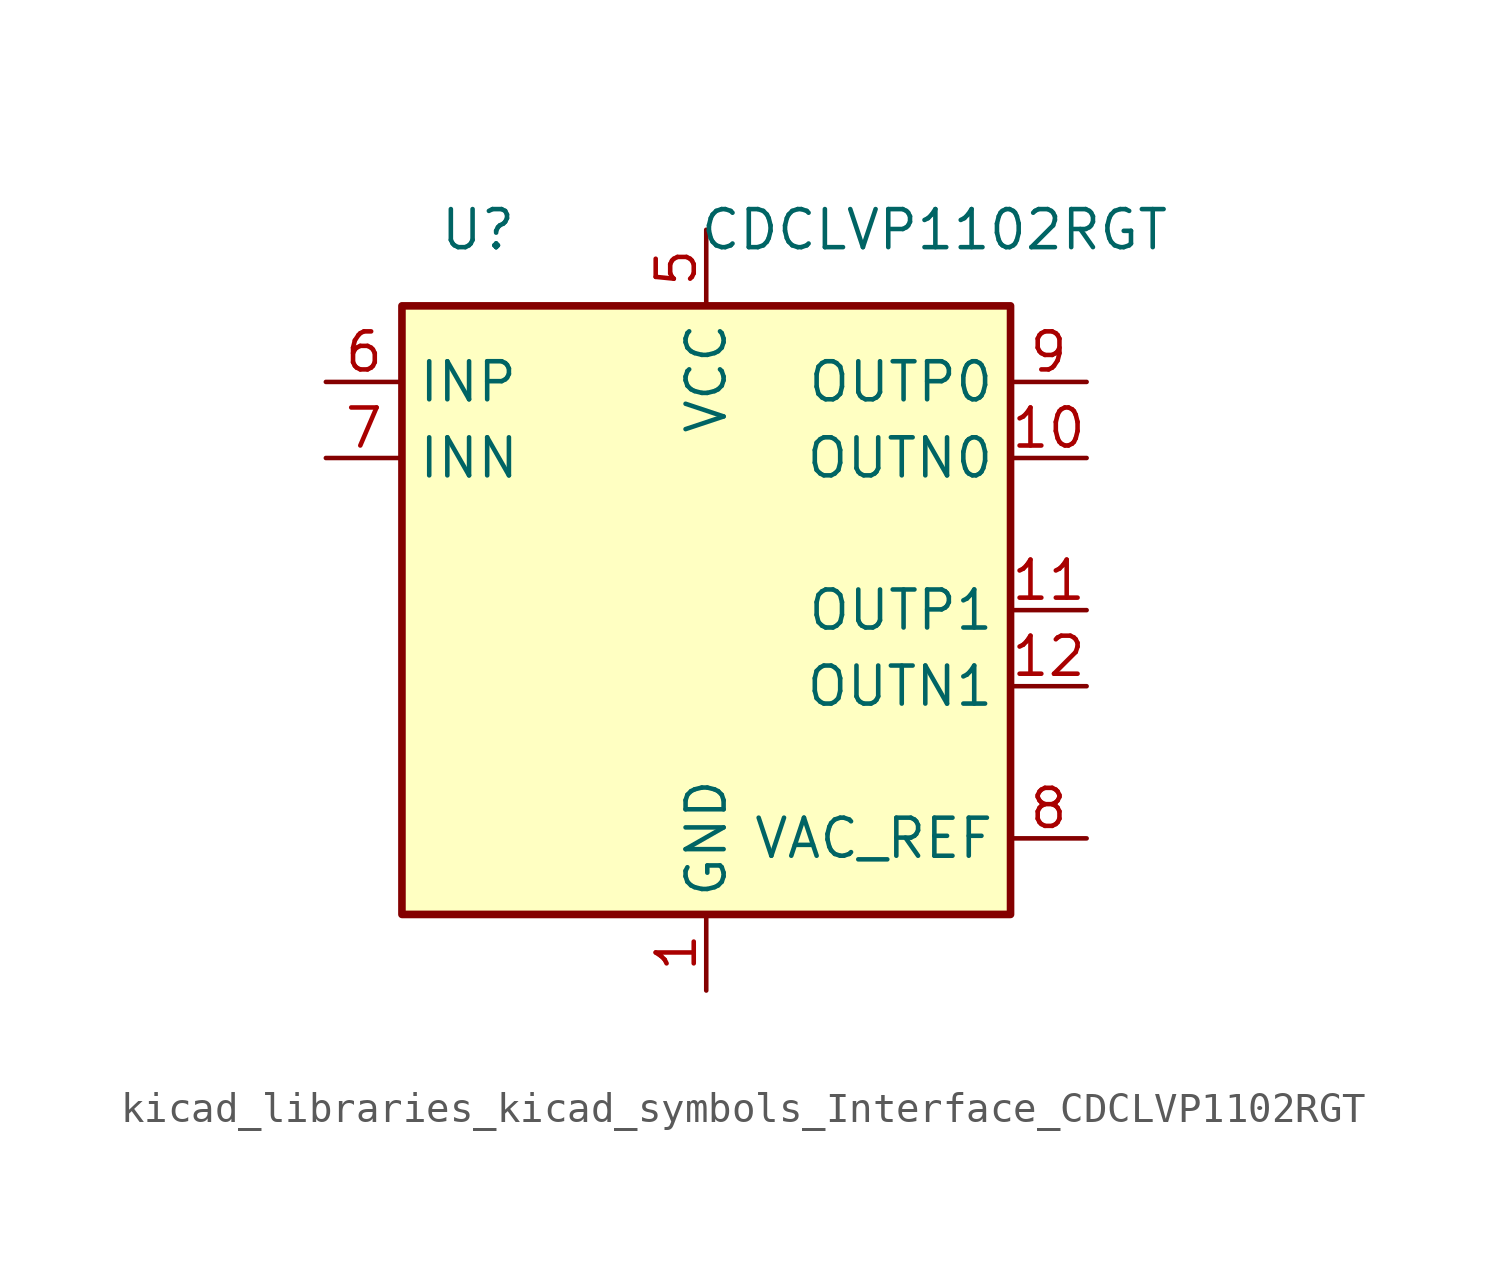
<source format=kicad_sym>
(kicad_symbol_lib
  (version 20220914)
  (generator kicad_symbol_editor)
  (symbol "kicad_libraries_kicad_symbols_Interface_CDCLVP1102RGT"
    (property "Reference" "U"
      (at -7.62 12.7 0)
      (effects (font (size 1.27 1.27))))
    (property "Value" "CDCLVP1102RGT"
      (at 7.62 12.7 0)
      (effects (font (size 1.27 1.27))))
    (symbol "kicad_libraries_kicad_symbols_Interface_CDCLVP1102RGT_0_0"
      (pin power_in line (at 0 -12.7 90) (length 2.54) (name "GND" (effects (font (size 1.27 1.27)))) (number "1" (effects (font (size 1.27 1.27)))))
      (pin output line (at 12.7 5.08 180) (length 2.54) (name "OUTN0" (effects (font (size 1.27 1.27)))) (number "10" (effects (font (size 1.27 1.27)))))
      (pin output line (at 12.7 0 180) (length 2.54) (name "OUTP1" (effects (font (size 1.27 1.27)))) (number "11" (effects (font (size 1.27 1.27)))))
      (pin output line (at 12.7 -2.54 180) (length 2.54) (name "OUTN1" (effects (font (size 1.27 1.27)))) (number "12" (effects (font (size 1.27 1.27)))))
      (pin no_connect line (at -10.16 -5.08 0) (length 2.54) hide (name "NC" (effects (font (size 1.27 1.27)))) (number "13" (effects (font (size 1.27 1.27)))))
      (pin no_connect line (at 10.16 2.54 180) (length 2.54) hide (name "NC" (effects (font (size 1.27 1.27)))) (number "14" (effects (font (size 1.27 1.27)))))
      (pin no_connect line (at 10.16 -5.08 180) (length 2.54) hide (name "NC" (effects (font (size 1.27 1.27)))) (number "15" (effects (font (size 1.27 1.27)))))
      (pin passive line (at 0 -12.7 90) (length 2.54) hide (name "GND" (effects (font (size 1.27 1.27)))) (number "16" (effects (font (size 1.27 1.27)))))
      (pin passive line (at 0 -12.7 90) (length 2.54) hide (name "GND" (effects (font (size 1.27 1.27)))) (number "17" (effects (font (size 1.27 1.27)))))
      (pin no_connect line (at -10.16 2.54 0) (length 2.54) hide (name "NC" (effects (font (size 1.27 1.27)))) (number "2" (effects (font (size 1.27 1.27)))))
      (pin no_connect line (at -10.16 0 0) (length 2.54) hide (name "NC" (effects (font (size 1.27 1.27)))) (number "3" (effects (font (size 1.27 1.27)))))
      (pin no_connect line (at -10.16 -2.54 0) (length 2.54) hide (name "NC" (effects (font (size 1.27 1.27)))) (number "4" (effects (font (size 1.27 1.27)))))
      (pin power_in line (at 0 12.7 270) (length 2.54) (name "VCC" (effects (font (size 1.27 1.27)))) (number "5" (effects (font (size 1.27 1.27)))))
      (pin input line (at -12.7 7.62 0) (length 2.54) (name "INP" (effects (font (size 1.27 1.27)))) (number "6" (effects (font (size 1.27 1.27)))))
      (pin input line (at -12.7 5.08 0) (length 2.54) (name "INN" (effects (font (size 1.27 1.27)))) (number "7" (effects (font (size 1.27 1.27)))))
      (pin output line (at 12.7 -7.62 180) (length 2.54) (name "VAC_REF" (effects (font (size 1.27 1.27)))) (number "8" (effects (font (size 1.27 1.27)))))
      (pin output line (at 12.7 7.62 180) (length 2.54) (name "OUTP0" (effects (font (size 1.27 1.27)))) (number "9" (effects (font (size 1.27 1.27))))))
    (symbol "kicad_libraries_kicad_symbols_Interface_CDCLVP1102RGT_0_1"
      (rectangle (start -10.16 10.16) (end 10.16 -10.16) (stroke (width 0.254) (type default)) (fill (type background))))))
</source>
